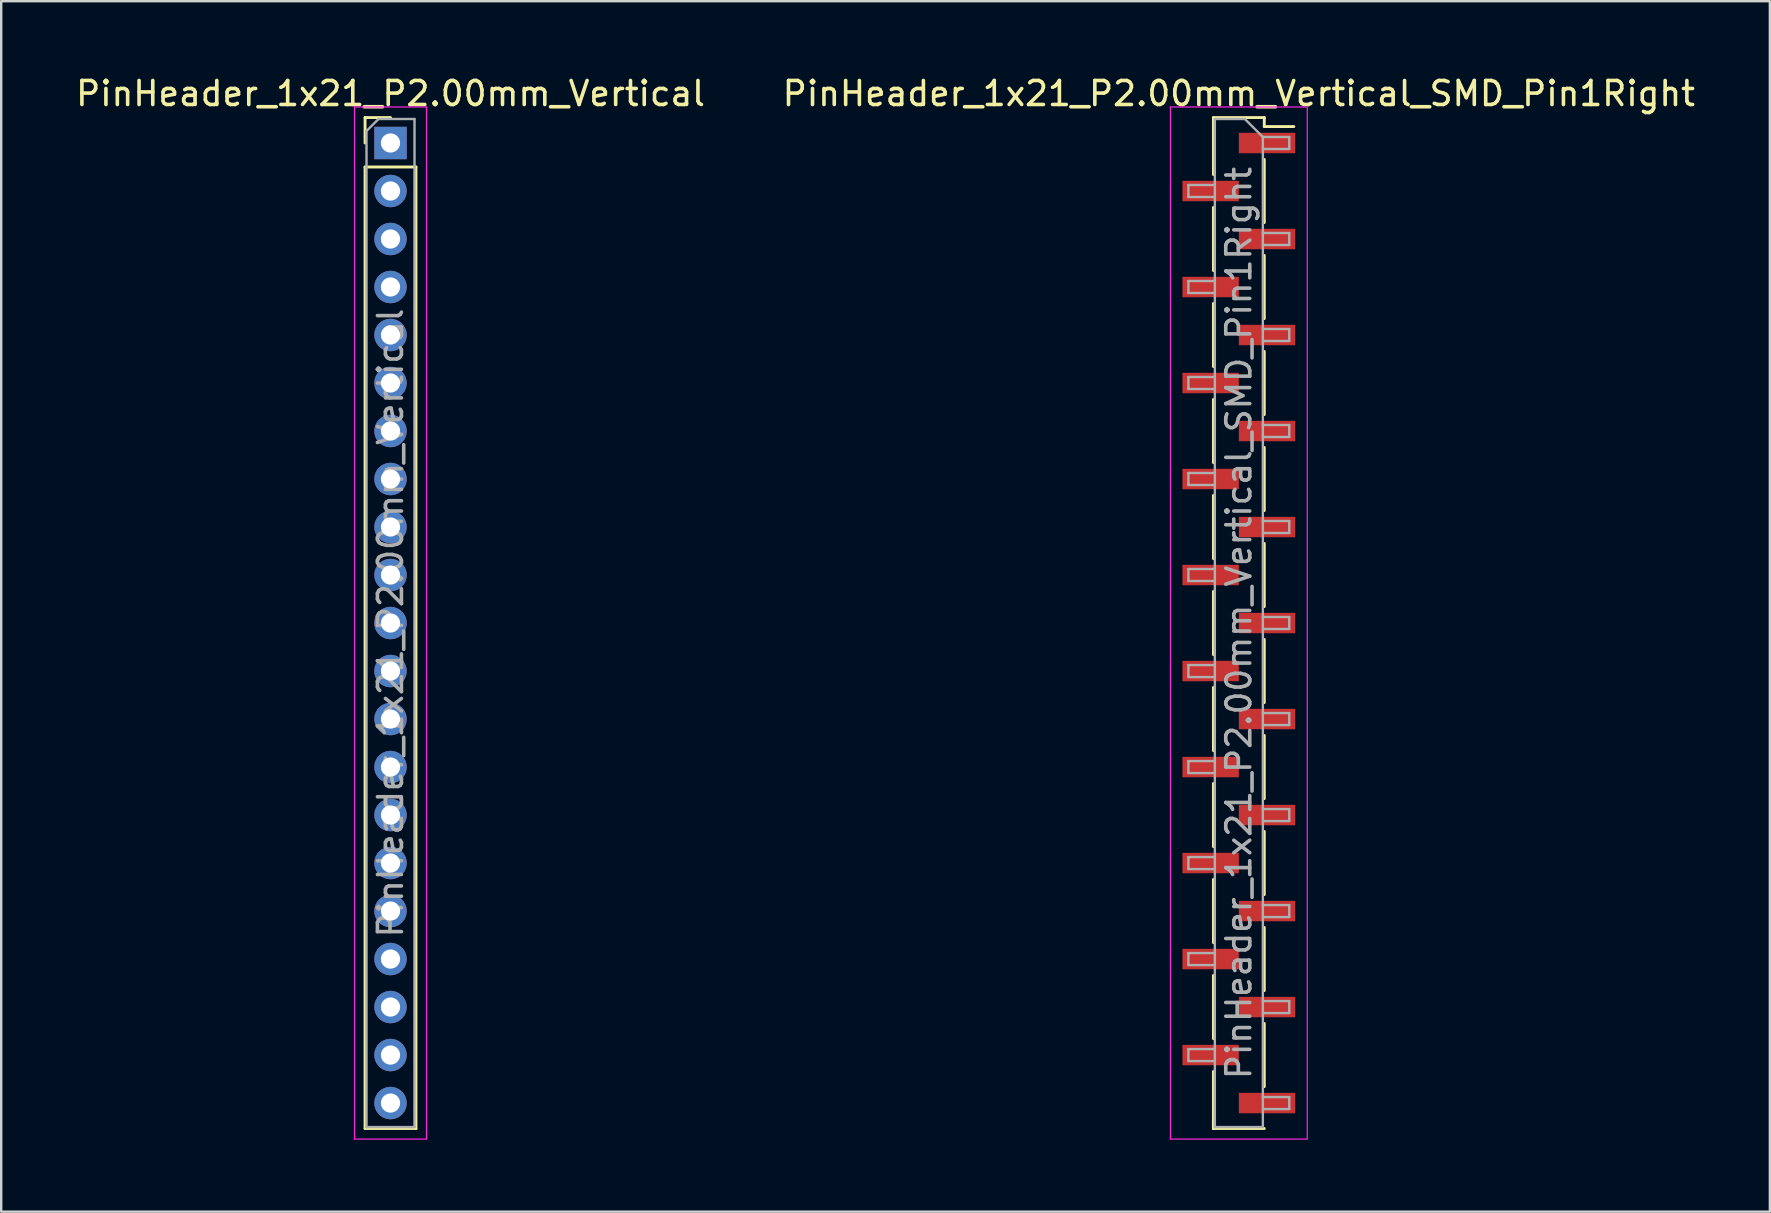
<source format=kicad_pcb>
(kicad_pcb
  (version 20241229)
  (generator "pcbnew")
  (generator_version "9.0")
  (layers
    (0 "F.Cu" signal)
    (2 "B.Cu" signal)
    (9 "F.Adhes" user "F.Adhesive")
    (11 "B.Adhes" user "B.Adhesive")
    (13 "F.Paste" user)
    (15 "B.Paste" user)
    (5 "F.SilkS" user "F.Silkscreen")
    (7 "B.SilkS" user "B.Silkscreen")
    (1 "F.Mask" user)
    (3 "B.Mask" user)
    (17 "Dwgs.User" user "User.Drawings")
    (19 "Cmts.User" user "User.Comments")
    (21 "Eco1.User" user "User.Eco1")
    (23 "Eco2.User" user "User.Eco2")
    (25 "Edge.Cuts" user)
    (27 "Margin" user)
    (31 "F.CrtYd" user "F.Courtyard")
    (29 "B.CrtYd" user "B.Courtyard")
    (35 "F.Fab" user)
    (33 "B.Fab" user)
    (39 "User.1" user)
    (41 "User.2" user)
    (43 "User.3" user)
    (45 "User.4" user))
  (footprint "PinHeader_1x21_P2.00mm_Vertical_SMD_Pin1Right"
    (layer "F.Cu")
    (at 48.565 22.908)
    (property "Reference" "PinHeader_1x21_P2.00mm_Vertical_SMD_Pin1Right" (at 0 -22.06 0) (layer "F.SilkS") (effects (font (size 1 1) (thickness 0.15))))
    (attr smd)
    (fp_line (start -1.06 -21.06) (end -1.06 -18.685) (stroke (width 0.12) (type solid)) (layer "F.SilkS"))
    (fp_line (start -1.06 -21.06) (end 1.06 -21.06) (stroke (width 0.12) (type solid)) (layer "F.SilkS"))
    (fp_line (start -1.06 -17.315) (end -1.06 -14.685) (stroke (width 0.12) (type solid)) (layer "F.SilkS"))
    (fp_line (start -1.06 -13.315) (end -1.06 -10.685) (stroke (width 0.12) (type solid)) (layer "F.SilkS"))
    (fp_line (start -1.06 -9.315) (end -1.06 -6.685) (stroke (width 0.12) (type solid)) (layer "F.SilkS"))
    (fp_line (start -1.06 -5.315) (end -1.06 -2.685) (stroke (width 0.12) (type solid)) (layer "F.SilkS"))
    (fp_line (start -1.06 -1.315) (end -1.06 1.315) (stroke (width 0.12) (type solid)) (layer "F.SilkS"))
    (fp_line (start -1.06 2.685) (end -1.06 5.315) (stroke (width 0.12) (type solid)) (layer "F.SilkS"))
    (fp_line (start -1.06 6.685) (end -1.06 9.315) (stroke (width 0.12) (type solid)) (layer "F.SilkS"))
    (fp_line (start -1.06 10.685) (end -1.06 13.315) (stroke (width 0.12) (type solid)) (layer "F.SilkS"))
    (fp_line (start -1.06 14.685) (end -1.06 17.315) (stroke (width 0.12) (type solid)) (layer "F.SilkS"))
    (fp_line (start -1.06 18.685) (end -1.06 21.06) (stroke (width 0.12) (type solid)) (layer "F.SilkS"))
    (fp_line (start -1.06 20.685) (end -1.06 21.06) (stroke (width 0.12) (type solid)) (layer "F.SilkS"))
    (fp_line (start -1.06 21.06) (end 1.06 21.06) (stroke (width 0.12) (type solid)) (layer "F.SilkS"))
    (fp_line (start 1.06 -21.06) (end 1.06 -20.685) (stroke (width 0.12) (type solid)) (layer "F.SilkS"))
    (fp_line (start 1.06 -20.685) (end 2.29 -20.685) (stroke (width 0.12) (type solid)) (layer "F.SilkS"))
    (fp_line (start 1.06 -19.315) (end 1.06 -16.685) (stroke (width 0.12) (type solid)) (layer "F.SilkS"))
    (fp_line (start 1.06 -15.315) (end 1.06 -12.685) (stroke (width 0.12) (type solid)) (layer "F.SilkS"))
    (fp_line (start 1.06 -11.315) (end 1.06 -8.685) (stroke (width 0.12) (type solid)) (layer "F.SilkS"))
    (fp_line (start 1.06 -7.315) (end 1.06 -4.685) (stroke (width 0.12) (type solid)) (layer "F.SilkS"))
    (fp_line (start 1.06 -3.315) (end 1.06 -0.685) (stroke (width 0.12) (type solid)) (layer "F.SilkS"))
    (fp_line (start 1.06 0.685) (end 1.06 3.315) (stroke (width 0.12) (type solid)) (layer "F.SilkS"))
    (fp_line (start 1.06 4.685) (end 1.06 7.315) (stroke (width 0.12) (type solid)) (layer "F.SilkS"))
    (fp_line (start 1.06 8.685) (end 1.06 11.315) (stroke (width 0.12) (type solid)) (layer "F.SilkS"))
    (fp_line (start 1.06 12.685) (end 1.06 15.315) (stroke (width 0.12) (type solid)) (layer "F.SilkS"))
    (fp_line (start 1.06 16.685) (end 1.06 19.315) (stroke (width 0.12) (type solid)) (layer "F.SilkS"))
    (fp_line (start -2.85 -21.5) (end -2.85 21.5) (stroke (width 0.05) (type solid)) (layer "F.CrtYd"))
    (fp_line (start -2.85 21.5) (end 2.85 21.5) (stroke (width 0.05) (type solid)) (layer "F.CrtYd"))
    (fp_line (start 2.85 -21.5) (end -2.85 -21.5) (stroke (width 0.05) (type solid)) (layer "F.CrtYd"))
    (fp_line (start 2.85 21.5) (end 2.85 -21.5) (stroke (width 0.05) (type solid)) (layer "F.CrtYd"))
    (fp_line (start -2.1 -18.25) (end -2.1 -17.75) (stroke (width 0.1) (type solid)) (layer "F.Fab"))
    (fp_line (start -2.1 -17.75) (end -1 -17.75) (stroke (width 0.1) (type solid)) (layer "F.Fab"))
    (fp_line (start -2.1 -14.25) (end -2.1 -13.75) (stroke (width 0.1) (type solid)) (layer "F.Fab"))
    (fp_line (start -2.1 -13.75) (end -1 -13.75) (stroke (width 0.1) (type solid)) (layer "F.Fab"))
    (fp_line (start -2.1 -10.25) (end -2.1 -9.75) (stroke (width 0.1) (type solid)) (layer "F.Fab"))
    (fp_line (start -2.1 -9.75) (end -1 -9.75) (stroke (width 0.1) (type solid)) (layer "F.Fab"))
    (fp_line (start -2.1 -6.25) (end -2.1 -5.75) (stroke (width 0.1) (type solid)) (layer "F.Fab"))
    (fp_line (start -2.1 -5.75) (end -1 -5.75) (stroke (width 0.1) (type solid)) (layer "F.Fab"))
    (fp_line (start -2.1 -2.25) (end -2.1 -1.75) (stroke (width 0.1) (type solid)) (layer "F.Fab"))
    (fp_line (start -2.1 -1.75) (end -1 -1.75) (stroke (width 0.1) (type solid)) (layer "F.Fab"))
    (fp_line (start -2.1 1.75) (end -2.1 2.25) (stroke (width 0.1) (type solid)) (layer "F.Fab"))
    (fp_line (start -2.1 2.25) (end -1 2.25) (stroke (width 0.1) (type solid)) (layer "F.Fab"))
    (fp_line (start -2.1 5.75) (end -2.1 6.25) (stroke (width 0.1) (type solid)) (layer "F.Fab"))
    (fp_line (start -2.1 6.25) (end -1 6.25) (stroke (width 0.1) (type solid)) (layer "F.Fab"))
    (fp_line (start -2.1 9.75) (end -2.1 10.25) (stroke (width 0.1) (type solid)) (layer "F.Fab"))
    (fp_line (start -2.1 10.25) (end -1 10.25) (stroke (width 0.1) (type solid)) (layer "F.Fab"))
    (fp_line (start -2.1 13.75) (end -2.1 14.25) (stroke (width 0.1) (type solid)) (layer "F.Fab"))
    (fp_line (start -2.1 14.25) (end -1 14.25) (stroke (width 0.1) (type solid)) (layer "F.Fab"))
    (fp_line (start -2.1 17.75) (end -2.1 18.25) (stroke (width 0.1) (type solid)) (layer "F.Fab"))
    (fp_line (start -2.1 18.25) (end -1 18.25) (stroke (width 0.1) (type solid)) (layer "F.Fab"))
    (fp_line (start -1 -21) (end -1 21) (stroke (width 0.1) (type solid)) (layer "F.Fab"))
    (fp_line (start -1 -21) (end 0.25 -21) (stroke (width 0.1) (type solid)) (layer "F.Fab"))
    (fp_line (start -1 -18.25) (end -2.1 -18.25) (stroke (width 0.1) (type solid)) (layer "F.Fab"))
    (fp_line (start -1 -14.25) (end -2.1 -14.25) (stroke (width 0.1) (type solid)) (layer "F.Fab"))
    (fp_line (start -1 -10.25) (end -2.1 -10.25) (stroke (width 0.1) (type solid)) (layer "F.Fab"))
    (fp_line (start -1 -6.25) (end -2.1 -6.25) (stroke (width 0.1) (type solid)) (layer "F.Fab"))
    (fp_line (start -1 -2.25) (end -2.1 -2.25) (stroke (width 0.1) (type solid)) (layer "F.Fab"))
    (fp_line (start -1 1.75) (end -2.1 1.75) (stroke (width 0.1) (type solid)) (layer "F.Fab"))
    (fp_line (start -1 5.75) (end -2.1 5.75) (stroke (width 0.1) (type solid)) (layer "F.Fab"))
    (fp_line (start -1 9.75) (end -2.1 9.75) (stroke (width 0.1) (type solid)) (layer "F.Fab"))
    (fp_line (start -1 13.75) (end -2.1 13.75) (stroke (width 0.1) (type solid)) (layer "F.Fab"))
    (fp_line (start -1 17.75) (end -2.1 17.75) (stroke (width 0.1) (type solid)) (layer "F.Fab"))
    (fp_line (start 1 -20.25) (end 0.25 -21) (stroke (width 0.1) (type solid)) (layer "F.Fab"))
    (fp_line (start 1 -20.25) (end 2.1 -20.25) (stroke (width 0.1) (type solid)) (layer "F.Fab"))
    (fp_line (start 1 -16.25) (end 2.1 -16.25) (stroke (width 0.1) (type solid)) (layer "F.Fab"))
    (fp_line (start 1 -12.25) (end 2.1 -12.25) (stroke (width 0.1) (type solid)) (layer "F.Fab"))
    (fp_line (start 1 -8.25) (end 2.1 -8.25) (stroke (width 0.1) (type solid)) (layer "F.Fab"))
    (fp_line (start 1 -4.25) (end 2.1 -4.25) (stroke (width 0.1) (type solid)) (layer "F.Fab"))
    (fp_line (start 1 -0.25) (end 2.1 -0.25) (stroke (width 0.1) (type solid)) (layer "F.Fab"))
    (fp_line (start 1 3.75) (end 2.1 3.75) (stroke (width 0.1) (type solid)) (layer "F.Fab"))
    (fp_line (start 1 7.75) (end 2.1 7.75) (stroke (width 0.1) (type solid)) (layer "F.Fab"))
    (fp_line (start 1 11.75) (end 2.1 11.75) (stroke (width 0.1) (type solid)) (layer "F.Fab"))
    (fp_line (start 1 15.75) (end 2.1 15.75) (stroke (width 0.1) (type solid)) (layer "F.Fab"))
    (fp_line (start 1 19.75) (end 2.1 19.75) (stroke (width 0.1) (type solid)) (layer "F.Fab"))
    (fp_line (start 1 21) (end -1 21) (stroke (width 0.1) (type solid)) (layer "F.Fab"))
    (fp_line (start 1 21) (end 1 -20.25) (stroke (width 0.1) (type solid)) (layer "F.Fab"))
    (fp_line (start 2.1 -20.25) (end 2.1 -19.75) (stroke (width 0.1) (type solid)) (layer "F.Fab"))
    (fp_line (start 2.1 -19.75) (end 1 -19.75) (stroke (width 0.1) (type solid)) (layer "F.Fab"))
    (fp_line (start 2.1 -16.25) (end 2.1 -15.75) (stroke (width 0.1) (type solid)) (layer "F.Fab"))
    (fp_line (start 2.1 -15.75) (end 1 -15.75) (stroke (width 0.1) (type solid)) (layer "F.Fab"))
    (fp_line (start 2.1 -12.25) (end 2.1 -11.75) (stroke (width 0.1) (type solid)) (layer "F.Fab"))
    (fp_line (start 2.1 -11.75) (end 1 -11.75) (stroke (width 0.1) (type solid)) (layer "F.Fab"))
    (fp_line (start 2.1 -8.25) (end 2.1 -7.75) (stroke (width 0.1) (type solid)) (layer "F.Fab"))
    (fp_line (start 2.1 -7.75) (end 1 -7.75) (stroke (width 0.1) (type solid)) (layer "F.Fab"))
    (fp_line (start 2.1 -4.25) (end 2.1 -3.75) (stroke (width 0.1) (type solid)) (layer "F.Fab"))
    (fp_line (start 2.1 -3.75) (end 1 -3.75) (stroke (width 0.1) (type solid)) (layer "F.Fab"))
    (fp_line (start 2.1 -0.25) (end 2.1 0.25) (stroke (width 0.1) (type solid)) (layer "F.Fab"))
    (fp_line (start 2.1 0.25) (end 1 0.25) (stroke (width 0.1) (type solid)) (layer "F.Fab"))
    (fp_line (start 2.1 3.75) (end 2.1 4.25) (stroke (width 0.1) (type solid)) (layer "F.Fab"))
    (fp_line (start 2.1 4.25) (end 1 4.25) (stroke (width 0.1) (type solid)) (layer "F.Fab"))
    (fp_line (start 2.1 7.75) (end 2.1 8.25) (stroke (width 0.1) (type solid)) (layer "F.Fab"))
    (fp_line (start 2.1 8.25) (end 1 8.25) (stroke (width 0.1) (type solid)) (layer "F.Fab"))
    (fp_line (start 2.1 11.75) (end 2.1 12.25) (stroke (width 0.1) (type solid)) (layer "F.Fab"))
    (fp_line (start 2.1 12.25) (end 1 12.25) (stroke (width 0.1) (type solid)) (layer "F.Fab"))
    (fp_line (start 2.1 15.75) (end 2.1 16.25) (stroke (width 0.1) (type solid)) (layer "F.Fab"))
    (fp_line (start 2.1 16.25) (end 1 16.25) (stroke (width 0.1) (type solid)) (layer "F.Fab"))
    (fp_line (start 2.1 19.75) (end 2.1 20.25) (stroke (width 0.1) (type solid)) (layer "F.Fab"))
    (fp_line (start 2.1 20.25) (end 1 20.25) (stroke (width 0.1) (type solid)) (layer "F.Fab"))
    (fp_text user "${REFERENCE}" (at 0 0 90) (layer "F.Fab") (effects (font (size 1 1) (thickness 0.15))))
    (pad "1" smd rect (at 1.175 -20) (size 2.35 0.85) (layers "F.Cu" "F.Mask" "F.Paste"))
    (pad "2" smd rect (at -1.175 -18) (size 2.35 0.85) (layers "F.Cu" "F.Mask" "F.Paste"))
    (pad "3" smd rect (at 1.175 -16) (size 2.35 0.85) (layers "F.Cu" "F.Mask" "F.Paste"))
    (pad "4" smd rect (at -1.175 -14) (size 2.35 0.85) (layers "F.Cu" "F.Mask" "F.Paste"))
    (pad "5" smd rect (at 1.175 -12) (size 2.35 0.85) (layers "F.Cu" "F.Mask" "F.Paste"))
    (pad "6" smd rect (at -1.175 -10) (size 2.35 0.85) (layers "F.Cu" "F.Mask" "F.Paste"))
    (pad "7" smd rect (at 1.175 -8) (size 2.35 0.85) (layers "F.Cu" "F.Mask" "F.Paste"))
    (pad "8" smd rect (at -1.175 -6) (size 2.35 0.85) (layers "F.Cu" "F.Mask" "F.Paste"))
    (pad "9" smd rect (at 1.175 -4) (size 2.35 0.85) (layers "F.Cu" "F.Mask" "F.Paste"))
    (pad "10" smd rect (at -1.175 -2) (size 2.35 0.85) (layers "F.Cu" "F.Mask" "F.Paste"))
    (pad "11" smd rect (at 1.175 0) (size 2.35 0.85) (layers "F.Cu" "F.Mask" "F.Paste"))
    (pad "12" smd rect (at -1.175 2) (size 2.35 0.85) (layers "F.Cu" "F.Mask" "F.Paste"))
    (pad "13" smd rect (at 1.175 4) (size 2.35 0.85) (layers "F.Cu" "F.Mask" "F.Paste"))
    (pad "14" smd rect (at -1.175 6) (size 2.35 0.85) (layers "F.Cu" "F.Mask" "F.Paste"))
    (pad "15" smd rect (at 1.175 8) (size 2.35 0.85) (layers "F.Cu" "F.Mask" "F.Paste"))
    (pad "16" smd rect (at -1.175 10) (size 2.35 0.85) (layers "F.Cu" "F.Mask" "F.Paste"))
    (pad "17" smd rect (at 1.175 12) (size 2.35 0.85) (layers "F.Cu" "F.Mask" "F.Paste"))
    (pad "18" smd rect (at -1.175 14) (size 2.35 0.85) (layers "F.Cu" "F.Mask" "F.Paste"))
    (pad "19" smd rect (at 1.175 16) (size 2.35 0.85) (layers "F.Cu" "F.Mask" "F.Paste"))
    (pad "20" smd rect (at -1.175 18) (size 2.35 0.85) (layers "F.Cu" "F.Mask" "F.Paste"))
    (pad "21" smd rect (at 1.175 20) (size 2.35 0.85) (layers "F.Cu" "F.Mask" "F.Paste")))
  (footprint "PinHeader_1x21_P2.00mm_Vertical"
    (layer "F.Cu")
    (at 13.22 2.908)
    (property "Reference" "PinHeader_1x21_P2.00mm_Vertical" (at 0 -2.06 0) (layer "F.SilkS") (effects (font (size 1 1) (thickness 0.15))))
    (attr through_hole)
    (fp_line (start -1.06 -1.06) (end 0 -1.06) (stroke (width 0.12) (type solid)) (layer "F.SilkS"))
    (fp_line (start -1.06 0) (end -1.06 -1.06) (stroke (width 0.12) (type solid)) (layer "F.SilkS"))
    (fp_line (start -1.06 1) (end -1.06 41.06) (stroke (width 0.12) (type solid)) (layer "F.SilkS"))
    (fp_line (start -1.06 1) (end 1.06 1) (stroke (width 0.12) (type solid)) (layer "F.SilkS"))
    (fp_line (start -1.06 41.06) (end 1.06 41.06) (stroke (width 0.12) (type solid)) (layer "F.SilkS"))
    (fp_line (start 1.06 1) (end 1.06 41.06) (stroke (width 0.12) (type solid)) (layer "F.SilkS"))
    (fp_line (start -1.5 -1.5) (end -1.5 41.5) (stroke (width 0.05) (type solid)) (layer "F.CrtYd"))
    (fp_line (start -1.5 41.5) (end 1.5 41.5) (stroke (width 0.05) (type solid)) (layer "F.CrtYd"))
    (fp_line (start 1.5 -1.5) (end -1.5 -1.5) (stroke (width 0.05) (type solid)) (layer "F.CrtYd"))
    (fp_line (start 1.5 41.5) (end 1.5 -1.5) (stroke (width 0.05) (type solid)) (layer "F.CrtYd"))
    (fp_line (start -1 -0.5) (end -0.5 -1) (stroke (width 0.1) (type solid)) (layer "F.Fab"))
    (fp_line (start -1 41) (end -1 -0.5) (stroke (width 0.1) (type solid)) (layer "F.Fab"))
    (fp_line (start -0.5 -1) (end 1 -1) (stroke (width 0.1) (type solid)) (layer "F.Fab"))
    (fp_line (start 1 -1) (end 1 41) (stroke (width 0.1) (type solid)) (layer "F.Fab"))
    (fp_line (start 1 41) (end -1 41) (stroke (width 0.1) (type solid)) (layer "F.Fab"))
    (fp_text user "${REFERENCE}" (at 0 20 90) (layer "F.Fab") (effects (font (size 1 1) (thickness 0.15))))
    (pad "1" thru_hole rect (at 0 0) (size 1.35 1.35) (drill 0.8) (layers "*.Cu" "*.Mask"))
    (pad "2" thru_hole oval (at 0 2) (size 1.35 1.35) (drill 0.8) (layers "*.Cu" "*.Mask"))
    (pad "3" thru_hole oval (at 0 4) (size 1.35 1.35) (drill 0.8) (layers "*.Cu" "*.Mask"))
    (pad "4" thru_hole oval (at 0 6) (size 1.35 1.35) (drill 0.8) (layers "*.Cu" "*.Mask"))
    (pad "5" thru_hole oval (at 0 8) (size 1.35 1.35) (drill 0.8) (layers "*.Cu" "*.Mask"))
    (pad "6" thru_hole oval (at 0 10) (size 1.35 1.35) (drill 0.8) (layers "*.Cu" "*.Mask"))
    (pad "7" thru_hole oval (at 0 12) (size 1.35 1.35) (drill 0.8) (layers "*.Cu" "*.Mask"))
    (pad "8" thru_hole oval (at 0 14) (size 1.35 1.35) (drill 0.8) (layers "*.Cu" "*.Mask"))
    (pad "9" thru_hole oval (at 0 16) (size 1.35 1.35) (drill 0.8) (layers "*.Cu" "*.Mask"))
    (pad "10" thru_hole oval (at 0 18) (size 1.35 1.35) (drill 0.8) (layers "*.Cu" "*.Mask"))
    (pad "11" thru_hole oval (at 0 20) (size 1.35 1.35) (drill 0.8) (layers "*.Cu" "*.Mask"))
    (pad "12" thru_hole oval (at 0 22) (size 1.35 1.35) (drill 0.8) (layers "*.Cu" "*.Mask"))
    (pad "13" thru_hole oval (at 0 24) (size 1.35 1.35) (drill 0.8) (layers "*.Cu" "*.Mask"))
    (pad "14" thru_hole oval (at 0 26) (size 1.35 1.35) (drill 0.8) (layers "*.Cu" "*.Mask"))
    (pad "15" thru_hole oval (at 0 28) (size 1.35 1.35) (drill 0.8) (layers "*.Cu" "*.Mask"))
    (pad "16" thru_hole oval (at 0 30) (size 1.35 1.35) (drill 0.8) (layers "*.Cu" "*.Mask"))
    (pad "17" thru_hole oval (at 0 32) (size 1.35 1.35) (drill 0.8) (layers "*.Cu" "*.Mask"))
    (pad "18" thru_hole oval (at 0 34) (size 1.35 1.35) (drill 0.8) (layers "*.Cu" "*.Mask"))
    (pad "19" thru_hole oval (at 0 36) (size 1.35 1.35) (drill 0.8) (layers "*.Cu" "*.Mask"))
    (pad "20" thru_hole oval (at 0 38) (size 1.35 1.35) (drill 0.8) (layers "*.Cu" "*.Mask"))
    (pad "21" thru_hole oval (at 0 40) (size 1.35 1.35) (drill 0.8) (layers "*.Cu" "*.Mask")))
  (gr_rect
    (start -3 -3)
    (end 70.69 47.433)
    (stroke (width 0.1) (type default))
    (fill no)
    (layer "Edge.Cuts")))
</source>
